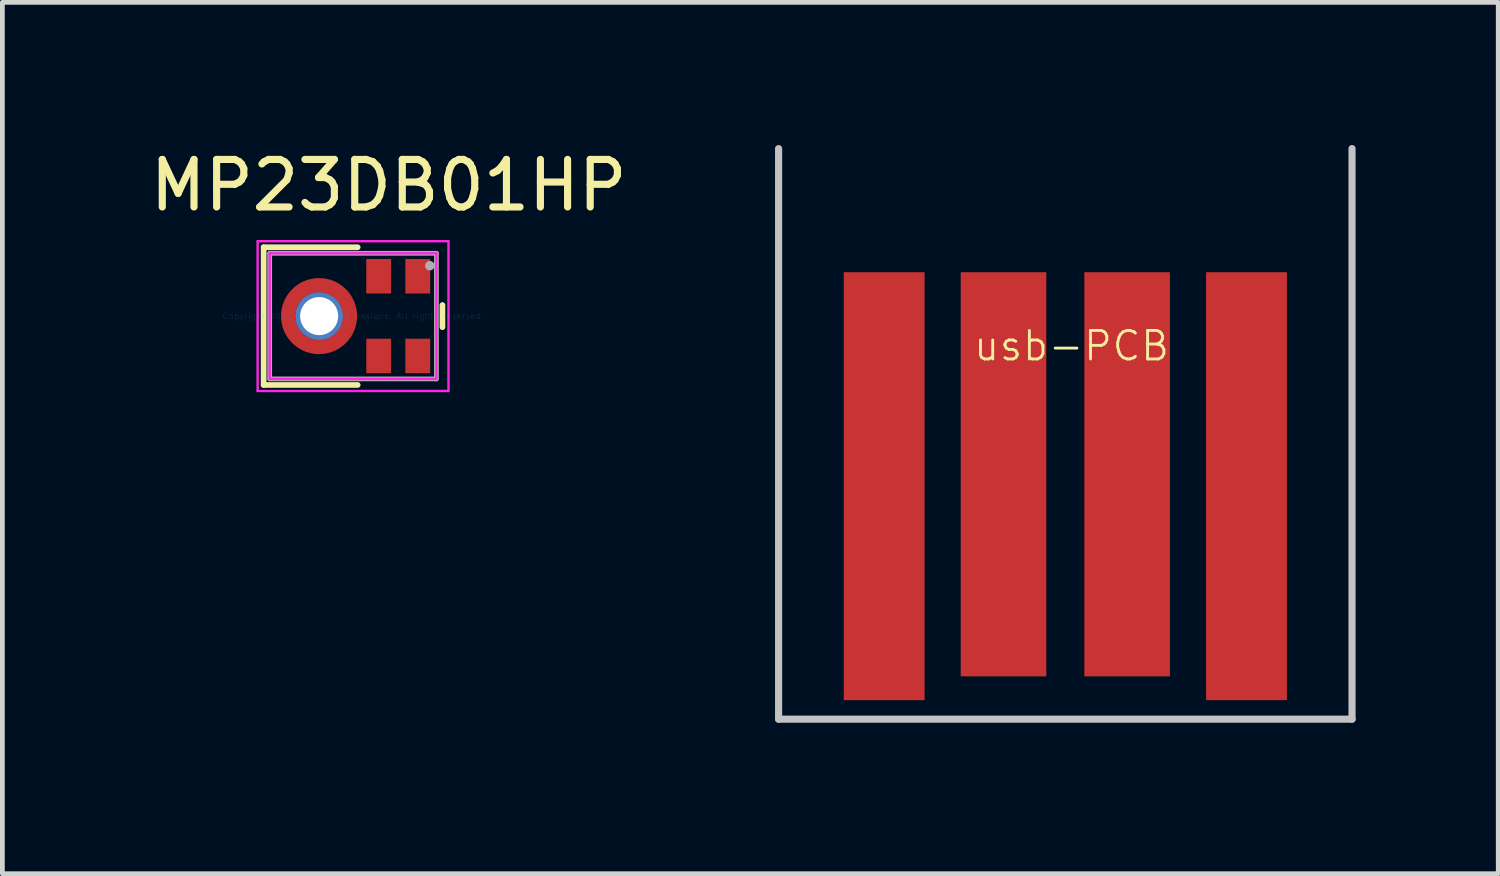
<source format=kicad_pcb>
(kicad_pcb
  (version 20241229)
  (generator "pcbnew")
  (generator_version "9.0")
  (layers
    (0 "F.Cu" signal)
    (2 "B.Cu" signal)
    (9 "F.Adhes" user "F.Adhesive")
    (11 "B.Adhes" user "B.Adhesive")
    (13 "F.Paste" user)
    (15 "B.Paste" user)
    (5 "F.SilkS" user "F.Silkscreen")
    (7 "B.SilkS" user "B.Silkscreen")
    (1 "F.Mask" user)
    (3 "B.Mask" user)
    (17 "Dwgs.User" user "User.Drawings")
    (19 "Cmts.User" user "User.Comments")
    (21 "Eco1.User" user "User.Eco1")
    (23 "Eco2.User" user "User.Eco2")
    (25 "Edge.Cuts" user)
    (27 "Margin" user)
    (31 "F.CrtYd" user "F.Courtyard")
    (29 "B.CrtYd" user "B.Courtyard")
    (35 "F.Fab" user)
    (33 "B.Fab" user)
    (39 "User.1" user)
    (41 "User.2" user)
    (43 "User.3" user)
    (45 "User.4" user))
  (footprint "MP23DB01HP"
    (layer "F.Cu")
    (at 4.375 3.598)
    (property "Reference" "MP23DB01HP" (at 0.75 -2.75 0) (layer "F.SilkS") (effects (font (size 1 1) (thickness 0.15))))
    (attr through_hole)
    (fp_circle (center -0.715 0) (end -0.065 0) (stroke (width 0.3) (type solid)) (fill no) (layer "F.Cu"))
    (fp_circle (center -0.715 0) (end -0.065 0) (stroke (width 0.3) (type solid)) (fill no) (layer "F.Mask"))
    (fp_line (start -1.88 -1.448) (end -1.88 1.448) (stroke (width 0.12) (type solid)) (layer "F.SilkS"))
    (fp_line (start -1.88 1.448) (end 0.097 1.448) (stroke (width 0.12) (type solid)) (layer "F.SilkS"))
    (fp_line (start 0.097 -1.448) (end -1.88 -1.448) (stroke (width 0.12) (type solid)) (layer "F.SilkS"))
    (fp_line (start 1.88 0.233) (end 1.88 -0.233) (stroke (width 0.12) (type solid)) (layer "F.SilkS"))
    (fp_circle (center -0.715 0) (end -0.065 0) (stroke (width 0.3) (type solid)) (fill no) (layer "F.Paste"))
    (fp_line (start -2.007 -1.575) (end 2.007 -1.575) (stroke (width 0.05) (type solid)) (layer "F.CrtYd"))
    (fp_line (start -2.007 1.575) (end -2.007 -1.575) (stroke (width 0.05) (type solid)) (layer "F.CrtYd"))
    (fp_line (start -1.753 -1.321) (end 1.753 -1.321) (stroke (width 0.05) (type solid)) (layer "F.CrtYd"))
    (fp_line (start -1.753 1.321) (end -1.753 -1.321) (stroke (width 0.05) (type solid)) (layer "F.CrtYd"))
    (fp_line (start 1.753 -1.321) (end 1.753 1.321) (stroke (width 0.05) (type solid)) (layer "F.CrtYd"))
    (fp_line (start 1.753 1.321) (end -1.753 1.321) (stroke (width 0.05) (type solid)) (layer "F.CrtYd"))
    (fp_line (start 2.007 -1.575) (end 2.007 1.575) (stroke (width 0.05) (type solid)) (layer "F.CrtYd"))
    (fp_line (start 2.007 1.575) (end -2.007 1.575) (stroke (width 0.05) (type solid)) (layer "F.CrtYd"))
    (fp_line (start -1.753 -1.321) (end -1.753 1.321) (stroke (width 0.1) (type solid)) (layer "F.Fab"))
    (fp_line (start -1.753 1.321) (end 1.753 1.321) (stroke (width 0.1) (type solid)) (layer "F.Fab"))
    (fp_line (start 1.753 -1.321) (end -1.753 -1.321) (stroke (width 0.1) (type solid)) (layer "F.Fab"))
    (fp_line (start 1.753 1.321) (end 1.753 -1.321) (stroke (width 0.1) (type solid)) (layer "F.Fab"))
    (fp_circle (center 1.615 -1.06) (end 1.615 -1.06) (stroke (width 0.1) (type solid)) (fill no) (layer "F.Fab"))
    (fp_text user "Copyright 2021 Accelerated Designs. All rights reserved." (at 0 0 0) (layer "Cmts.User") (effects (font (size 0.127 0.127) (thickness 0.002))))
    (pad "1" smd rect (at 1.361 -0.838 90) (size 0.725 0.522) (layers "F.Cu" "F.Mask" "F.Paste"))
    (pad "2" smd rect (at 0.539 -0.838 90) (size 0.725 0.522) (layers "F.Cu" "F.Mask" "F.Paste"))
    (pad "3" connect circle (at -0.7 -0.65) (size 0.2 0.2) (layers "F.Cu" "F.Mask"))
    (pad "4" smd rect (at 0.539 0.838 90) (size 0.725 0.522) (layers "F.Cu" "F.Mask" "F.Paste"))
    (pad "5" smd rect (at 1.361 0.838 90) (size 0.725 0.522) (layers "F.Cu" "F.Mask" "F.Paste"))
    (pad "6" thru_hole circle (at -0.713 0) (size 1 1) (drill 0.8) (layers "*.Cu" "*.Mask")))
  (footprint "usb-PCB"
    (layer "F.Cu")
    (at 19.355 12.075)
    (property "Reference" "usb-PCB" (at 0.13 -7.85 0) (layer "F.SilkS") (effects (font (size 0.6 0.6) (thickness 0.06))))
    (attr exclude_from_pos_files exclude_from_bom)
    (fp_line (start -6.03 0) (end -6.03 -12) (stroke (width 0.15) (type solid)) (layer "Dwgs.User"))
    (fp_line (start 6.03 0) (end -6.03 0) (stroke (width 0.15) (type solid)) (layer "Dwgs.User"))
    (fp_line (start 6.03 0) (end 6.03 -12) (stroke (width 0.15) (type solid)) (layer "Dwgs.User"))
    (pad "1" connect rect (at 3.81 -4.9) (size 1.7 9) (layers "F.Cu" "F.Mask"))
    (pad "2" connect rect (at 1.3 -5.15) (size 1.8 8.5) (layers "F.Cu" "F.Mask"))
    (pad "3" connect rect (at -1.3 -5.15) (size 1.8 8.5) (layers "F.Cu" "F.Mask"))
    (pad "4" connect rect (at -3.81 -4.9) (size 1.7 9) (layers "F.Cu" "F.Mask")))
  (gr_rect
    (start -3 -3)
    (end 28.46 15.325)
    (stroke (width 0.1) (type default))
    (fill no)
    (layer "Edge.Cuts")))
</source>
